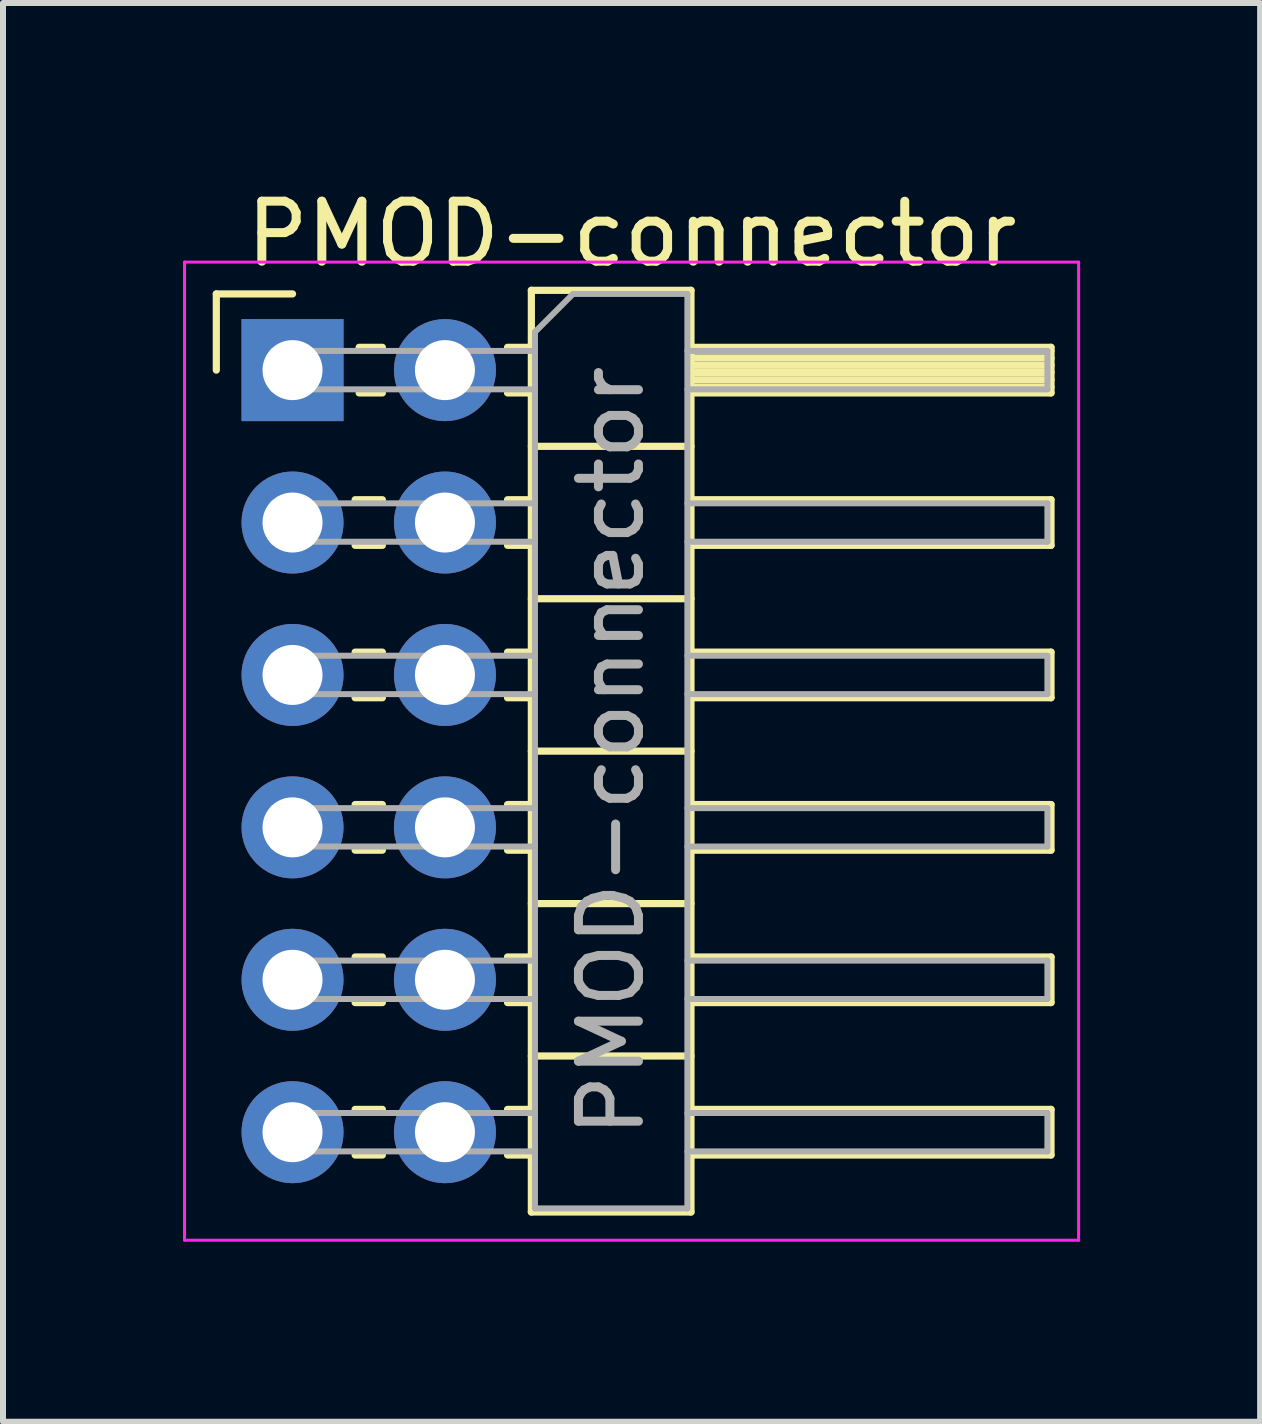
<source format=kicad_pcb>
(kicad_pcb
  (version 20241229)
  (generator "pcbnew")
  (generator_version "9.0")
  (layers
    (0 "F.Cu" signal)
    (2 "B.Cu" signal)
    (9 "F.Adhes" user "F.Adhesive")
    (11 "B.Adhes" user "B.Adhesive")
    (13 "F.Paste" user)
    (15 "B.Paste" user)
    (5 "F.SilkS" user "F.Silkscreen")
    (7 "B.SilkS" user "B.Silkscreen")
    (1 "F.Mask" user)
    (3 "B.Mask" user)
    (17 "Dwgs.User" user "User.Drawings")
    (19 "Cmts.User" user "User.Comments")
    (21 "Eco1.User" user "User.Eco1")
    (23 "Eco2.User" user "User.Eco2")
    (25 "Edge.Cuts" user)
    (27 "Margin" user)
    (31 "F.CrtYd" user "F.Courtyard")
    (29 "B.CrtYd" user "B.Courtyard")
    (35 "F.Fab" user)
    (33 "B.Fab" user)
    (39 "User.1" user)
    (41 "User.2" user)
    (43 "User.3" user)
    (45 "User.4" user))
  (footprint "PMOD-connector"
    (layer "F.Cu")
    (at 1.825 3.118)
    (property "Reference" "PMOD-connector" (at 5.655 -2.27 0) (layer "F.SilkS") (effects (font (size 1 1) (thickness 0.15))))
    (attr through_hole)
    (fp_line (start -1.27 -1.27) (end 0 -1.27) (stroke (width 0.12) (type solid)) (layer "F.SilkS"))
    (fp_line (start -1.27 0) (end -1.27 -1.27) (stroke (width 0.12) (type solid)) (layer "F.SilkS"))
    (fp_line (start 1.043 2.16) (end 1.497 2.16) (stroke (width 0.12) (type solid)) (layer "F.SilkS"))
    (fp_line (start 1.043 2.92) (end 1.497 2.92) (stroke (width 0.12) (type solid)) (layer "F.SilkS"))
    (fp_line (start 1.043 4.7) (end 1.497 4.7) (stroke (width 0.12) (type solid)) (layer "F.SilkS"))
    (fp_line (start 1.043 5.46) (end 1.497 5.46) (stroke (width 0.12) (type solid)) (layer "F.SilkS"))
    (fp_line (start 1.043 7.24) (end 1.497 7.24) (stroke (width 0.12) (type solid)) (layer "F.SilkS"))
    (fp_line (start 1.043 8) (end 1.497 8) (stroke (width 0.12) (type solid)) (layer "F.SilkS"))
    (fp_line (start 1.043 9.78) (end 1.497 9.78) (stroke (width 0.12) (type solid)) (layer "F.SilkS"))
    (fp_line (start 1.043 10.54) (end 1.497 10.54) (stroke (width 0.12) (type solid)) (layer "F.SilkS"))
    (fp_line (start 1.043 12.32) (end 1.497 12.32) (stroke (width 0.12) (type solid)) (layer "F.SilkS"))
    (fp_line (start 1.043 13.08) (end 1.497 13.08) (stroke (width 0.12) (type solid)) (layer "F.SilkS"))
    (fp_line (start 1.11 -0.38) (end 1.497 -0.38) (stroke (width 0.12) (type solid)) (layer "F.SilkS"))
    (fp_line (start 1.11 0.38) (end 1.497 0.38) (stroke (width 0.12) (type solid)) (layer "F.SilkS"))
    (fp_line (start 3.583 -0.38) (end 3.98 -0.38) (stroke (width 0.12) (type solid)) (layer "F.SilkS"))
    (fp_line (start 3.583 0.38) (end 3.98 0.38) (stroke (width 0.12) (type solid)) (layer "F.SilkS"))
    (fp_line (start 3.583 2.16) (end 3.98 2.16) (stroke (width 0.12) (type solid)) (layer "F.SilkS"))
    (fp_line (start 3.583 2.92) (end 3.98 2.92) (stroke (width 0.12) (type solid)) (layer "F.SilkS"))
    (fp_line (start 3.583 4.7) (end 3.98 4.7) (stroke (width 0.12) (type solid)) (layer "F.SilkS"))
    (fp_line (start 3.583 5.46) (end 3.98 5.46) (stroke (width 0.12) (type solid)) (layer "F.SilkS"))
    (fp_line (start 3.583 7.24) (end 3.98 7.24) (stroke (width 0.12) (type solid)) (layer "F.SilkS"))
    (fp_line (start 3.583 8) (end 3.98 8) (stroke (width 0.12) (type solid)) (layer "F.SilkS"))
    (fp_line (start 3.583 9.78) (end 3.98 9.78) (stroke (width 0.12) (type solid)) (layer "F.SilkS"))
    (fp_line (start 3.583 10.54) (end 3.98 10.54) (stroke (width 0.12) (type solid)) (layer "F.SilkS"))
    (fp_line (start 3.583 12.32) (end 3.98 12.32) (stroke (width 0.12) (type solid)) (layer "F.SilkS"))
    (fp_line (start 3.583 13.08) (end 3.98 13.08) (stroke (width 0.12) (type solid)) (layer "F.SilkS"))
    (fp_line (start 3.98 -1.33) (end 3.98 14.03) (stroke (width 0.12) (type solid)) (layer "F.SilkS"))
    (fp_line (start 3.98 1.27) (end 6.64 1.27) (stroke (width 0.12) (type solid)) (layer "F.SilkS"))
    (fp_line (start 3.98 3.81) (end 6.64 3.81) (stroke (width 0.12) (type solid)) (layer "F.SilkS"))
    (fp_line (start 3.98 6.35) (end 6.64 6.35) (stroke (width 0.12) (type solid)) (layer "F.SilkS"))
    (fp_line (start 3.98 8.89) (end 6.64 8.89) (stroke (width 0.12) (type solid)) (layer "F.SilkS"))
    (fp_line (start 3.98 11.43) (end 6.64 11.43) (stroke (width 0.12) (type solid)) (layer "F.SilkS"))
    (fp_line (start 3.98 14.03) (end 6.64 14.03) (stroke (width 0.12) (type solid)) (layer "F.SilkS"))
    (fp_line (start 6.64 -1.33) (end 3.98 -1.33) (stroke (width 0.12) (type solid)) (layer "F.SilkS"))
    (fp_line (start 6.64 -0.38) (end 12.64 -0.38) (stroke (width 0.12) (type solid)) (layer "F.SilkS"))
    (fp_line (start 6.64 -0.32) (end 12.64 -0.32) (stroke (width 0.12) (type solid)) (layer "F.SilkS"))
    (fp_line (start 6.64 -0.2) (end 12.64 -0.2) (stroke (width 0.12) (type solid)) (layer "F.SilkS"))
    (fp_line (start 6.64 -0.08) (end 12.64 -0.08) (stroke (width 0.12) (type solid)) (layer "F.SilkS"))
    (fp_line (start 6.64 0.04) (end 12.64 0.04) (stroke (width 0.12) (type solid)) (layer "F.SilkS"))
    (fp_line (start 6.64 0.16) (end 12.64 0.16) (stroke (width 0.12) (type solid)) (layer "F.SilkS"))
    (fp_line (start 6.64 0.28) (end 12.64 0.28) (stroke (width 0.12) (type solid)) (layer "F.SilkS"))
    (fp_line (start 6.64 2.16) (end 12.64 2.16) (stroke (width 0.12) (type solid)) (layer "F.SilkS"))
    (fp_line (start 6.64 4.7) (end 12.64 4.7) (stroke (width 0.12) (type solid)) (layer "F.SilkS"))
    (fp_line (start 6.64 7.24) (end 12.64 7.24) (stroke (width 0.12) (type solid)) (layer "F.SilkS"))
    (fp_line (start 6.64 9.78) (end 12.64 9.78) (stroke (width 0.12) (type solid)) (layer "F.SilkS"))
    (fp_line (start 6.64 12.32) (end 12.64 12.32) (stroke (width 0.12) (type solid)) (layer "F.SilkS"))
    (fp_line (start 6.64 14.03) (end 6.64 -1.33) (stroke (width 0.12) (type solid)) (layer "F.SilkS"))
    (fp_line (start 12.64 -0.38) (end 12.64 0.38) (stroke (width 0.12) (type solid)) (layer "F.SilkS"))
    (fp_line (start 12.64 0.38) (end 6.64 0.38) (stroke (width 0.12) (type solid)) (layer "F.SilkS"))
    (fp_line (start 12.64 2.16) (end 12.64 2.92) (stroke (width 0.12) (type solid)) (layer "F.SilkS"))
    (fp_line (start 12.64 2.92) (end 6.64 2.92) (stroke (width 0.12) (type solid)) (layer "F.SilkS"))
    (fp_line (start 12.64 4.7) (end 12.64 5.46) (stroke (width 0.12) (type solid)) (layer "F.SilkS"))
    (fp_line (start 12.64 5.46) (end 6.64 5.46) (stroke (width 0.12) (type solid)) (layer "F.SilkS"))
    (fp_line (start 12.64 7.24) (end 12.64 8) (stroke (width 0.12) (type solid)) (layer "F.SilkS"))
    (fp_line (start 12.64 8) (end 6.64 8) (stroke (width 0.12) (type solid)) (layer "F.SilkS"))
    (fp_line (start 12.64 9.78) (end 12.64 10.54) (stroke (width 0.12) (type solid)) (layer "F.SilkS"))
    (fp_line (start 12.64 10.54) (end 6.64 10.54) (stroke (width 0.12) (type solid)) (layer "F.SilkS"))
    (fp_line (start 12.64 12.32) (end 12.64 13.08) (stroke (width 0.12) (type solid)) (layer "F.SilkS"))
    (fp_line (start 12.64 13.08) (end 6.64 13.08) (stroke (width 0.12) (type solid)) (layer "F.SilkS"))
    (fp_line (start -1.8 -1.8) (end -1.8 14.5) (stroke (width 0.05) (type solid)) (layer "F.CrtYd"))
    (fp_line (start -1.8 14.5) (end 13.1 14.5) (stroke (width 0.05) (type solid)) (layer "F.CrtYd"))
    (fp_line (start 13.1 -1.8) (end -1.8 -1.8) (stroke (width 0.05) (type solid)) (layer "F.CrtYd"))
    (fp_line (start 13.1 14.5) (end 13.1 -1.8) (stroke (width 0.05) (type solid)) (layer "F.CrtYd"))
    (fp_line (start -0.32 -0.32) (end -0.32 0.32) (stroke (width 0.1) (type solid)) (layer "F.Fab"))
    (fp_line (start -0.32 -0.32) (end 4.04 -0.32) (stroke (width 0.1) (type solid)) (layer "F.Fab"))
    (fp_line (start -0.32 0.32) (end 4.04 0.32) (stroke (width 0.1) (type solid)) (layer "F.Fab"))
    (fp_line (start -0.32 2.22) (end -0.32 2.86) (stroke (width 0.1) (type solid)) (layer "F.Fab"))
    (fp_line (start -0.32 2.22) (end 4.04 2.22) (stroke (width 0.1) (type solid)) (layer "F.Fab"))
    (fp_line (start -0.32 2.86) (end 4.04 2.86) (stroke (width 0.1) (type solid)) (layer "F.Fab"))
    (fp_line (start -0.32 4.76) (end -0.32 5.4) (stroke (width 0.1) (type solid)) (layer "F.Fab"))
    (fp_line (start -0.32 4.76) (end 4.04 4.76) (stroke (width 0.1) (type solid)) (layer "F.Fab"))
    (fp_line (start -0.32 5.4) (end 4.04 5.4) (stroke (width 0.1) (type solid)) (layer "F.Fab"))
    (fp_line (start -0.32 7.3) (end -0.32 7.94) (stroke (width 0.1) (type solid)) (layer "F.Fab"))
    (fp_line (start -0.32 7.3) (end 4.04 7.3) (stroke (width 0.1) (type solid)) (layer "F.Fab"))
    (fp_line (start -0.32 7.94) (end 4.04 7.94) (stroke (width 0.1) (type solid)) (layer "F.Fab"))
    (fp_line (start -0.32 9.84) (end -0.32 10.48) (stroke (width 0.1) (type solid)) (layer "F.Fab"))
    (fp_line (start -0.32 9.84) (end 4.04 9.84) (stroke (width 0.1) (type solid)) (layer "F.Fab"))
    (fp_line (start -0.32 10.48) (end 4.04 10.48) (stroke (width 0.1) (type solid)) (layer "F.Fab"))
    (fp_line (start -0.32 12.38) (end -0.32 13.02) (stroke (width 0.1) (type solid)) (layer "F.Fab"))
    (fp_line (start -0.32 12.38) (end 4.04 12.38) (stroke (width 0.1) (type solid)) (layer "F.Fab"))
    (fp_line (start -0.32 13.02) (end 4.04 13.02) (stroke (width 0.1) (type solid)) (layer "F.Fab"))
    (fp_line (start 4.04 -0.635) (end 4.675 -1.27) (stroke (width 0.1) (type solid)) (layer "F.Fab"))
    (fp_line (start 4.04 13.97) (end 4.04 -0.635) (stroke (width 0.1) (type solid)) (layer "F.Fab"))
    (fp_line (start 4.675 -1.27) (end 6.58 -1.27) (stroke (width 0.1) (type solid)) (layer "F.Fab"))
    (fp_line (start 6.58 -1.27) (end 6.58 13.97) (stroke (width 0.1) (type solid)) (layer "F.Fab"))
    (fp_line (start 6.58 -0.32) (end 12.58 -0.32) (stroke (width 0.1) (type solid)) (layer "F.Fab"))
    (fp_line (start 6.58 0.32) (end 12.58 0.32) (stroke (width 0.1) (type solid)) (layer "F.Fab"))
    (fp_line (start 6.58 2.22) (end 12.58 2.22) (stroke (width 0.1) (type solid)) (layer "F.Fab"))
    (fp_line (start 6.58 2.86) (end 12.58 2.86) (stroke (width 0.1) (type solid)) (layer "F.Fab"))
    (fp_line (start 6.58 4.76) (end 12.58 4.76) (stroke (width 0.1) (type solid)) (layer "F.Fab"))
    (fp_line (start 6.58 5.4) (end 12.58 5.4) (stroke (width 0.1) (type solid)) (layer "F.Fab"))
    (fp_line (start 6.58 7.3) (end 12.58 7.3) (stroke (width 0.1) (type solid)) (layer "F.Fab"))
    (fp_line (start 6.58 7.94) (end 12.58 7.94) (stroke (width 0.1) (type solid)) (layer "F.Fab"))
    (fp_line (start 6.58 9.84) (end 12.58 9.84) (stroke (width 0.1) (type solid)) (layer "F.Fab"))
    (fp_line (start 6.58 10.48) (end 12.58 10.48) (stroke (width 0.1) (type solid)) (layer "F.Fab"))
    (fp_line (start 6.58 12.38) (end 12.58 12.38) (stroke (width 0.1) (type solid)) (layer "F.Fab"))
    (fp_line (start 6.58 13.02) (end 12.58 13.02) (stroke (width 0.1) (type solid)) (layer "F.Fab"))
    (fp_line (start 6.58 13.97) (end 4.04 13.97) (stroke (width 0.1) (type solid)) (layer "F.Fab"))
    (fp_line (start 12.58 -0.32) (end 12.58 0.32) (stroke (width 0.1) (type solid)) (layer "F.Fab"))
    (fp_line (start 12.58 2.22) (end 12.58 2.86) (stroke (width 0.1) (type solid)) (layer "F.Fab"))
    (fp_line (start 12.58 4.76) (end 12.58 5.4) (stroke (width 0.1) (type solid)) (layer "F.Fab"))
    (fp_line (start 12.58 7.3) (end 12.58 7.94) (stroke (width 0.1) (type solid)) (layer "F.Fab"))
    (fp_line (start 12.58 9.84) (end 12.58 10.48) (stroke (width 0.1) (type solid)) (layer "F.Fab"))
    (fp_line (start 12.58 12.38) (end 12.58 13.02) (stroke (width 0.1) (type solid)) (layer "F.Fab"))
    (fp_text user "${REFERENCE}" (at 5.31 6.35 90) (layer "F.Fab") (effects (font (size 1 1) (thickness 0.15))))
    (pad "1" thru_hole rect (at 0 0) (size 1.7 1.7) (drill 1) (layers "*.Cu" "*.Mask"))
    (pad "2" thru_hole oval (at 0 2.54) (size 1.7 1.7) (drill 1) (layers "*.Cu" "*.Mask"))
    (pad "3" thru_hole oval (at 0 5.08) (size 1.7 1.7) (drill 1) (layers "*.Cu" "*.Mask"))
    (pad "4" thru_hole oval (at 0 7.62) (size 1.7 1.7) (drill 1) (layers "*.Cu" "*.Mask"))
    (pad "5" thru_hole oval (at 0 10.16) (size 1.7 1.7) (drill 1) (layers "*.Cu" "*.Mask"))
    (pad "6" thru_hole oval (at 0 12.7) (size 1.7 1.7) (drill 1) (layers "*.Cu" "*.Mask"))
    (pad "7" thru_hole oval (at 2.54 0) (size 1.7 1.7) (drill 1) (layers "*.Cu" "*.Mask"))
    (pad "8" thru_hole oval (at 2.54 2.54) (size 1.7 1.7) (drill 1) (layers "*.Cu" "*.Mask"))
    (pad "9" thru_hole oval (at 2.54 5.08) (size 1.7 1.7) (drill 1) (layers "*.Cu" "*.Mask"))
    (pad "10" thru_hole oval (at 2.54 7.62) (size 1.7 1.7) (drill 1) (layers "*.Cu" "*.Mask"))
    (pad "11" thru_hole oval (at 2.54 10.16) (size 1.7 1.7) (drill 1) (layers "*.Cu" "*.Mask"))
    (pad "12" thru_hole oval (at 2.54 12.7) (size 1.7 1.7) (drill 1) (layers "*.Cu" "*.Mask")))
  (gr_rect
    (start -3 -3)
    (end 17.95 20.643)
    (stroke (width 0.1) (type default))
    (fill no)
    (layer "Edge.Cuts")))
</source>
